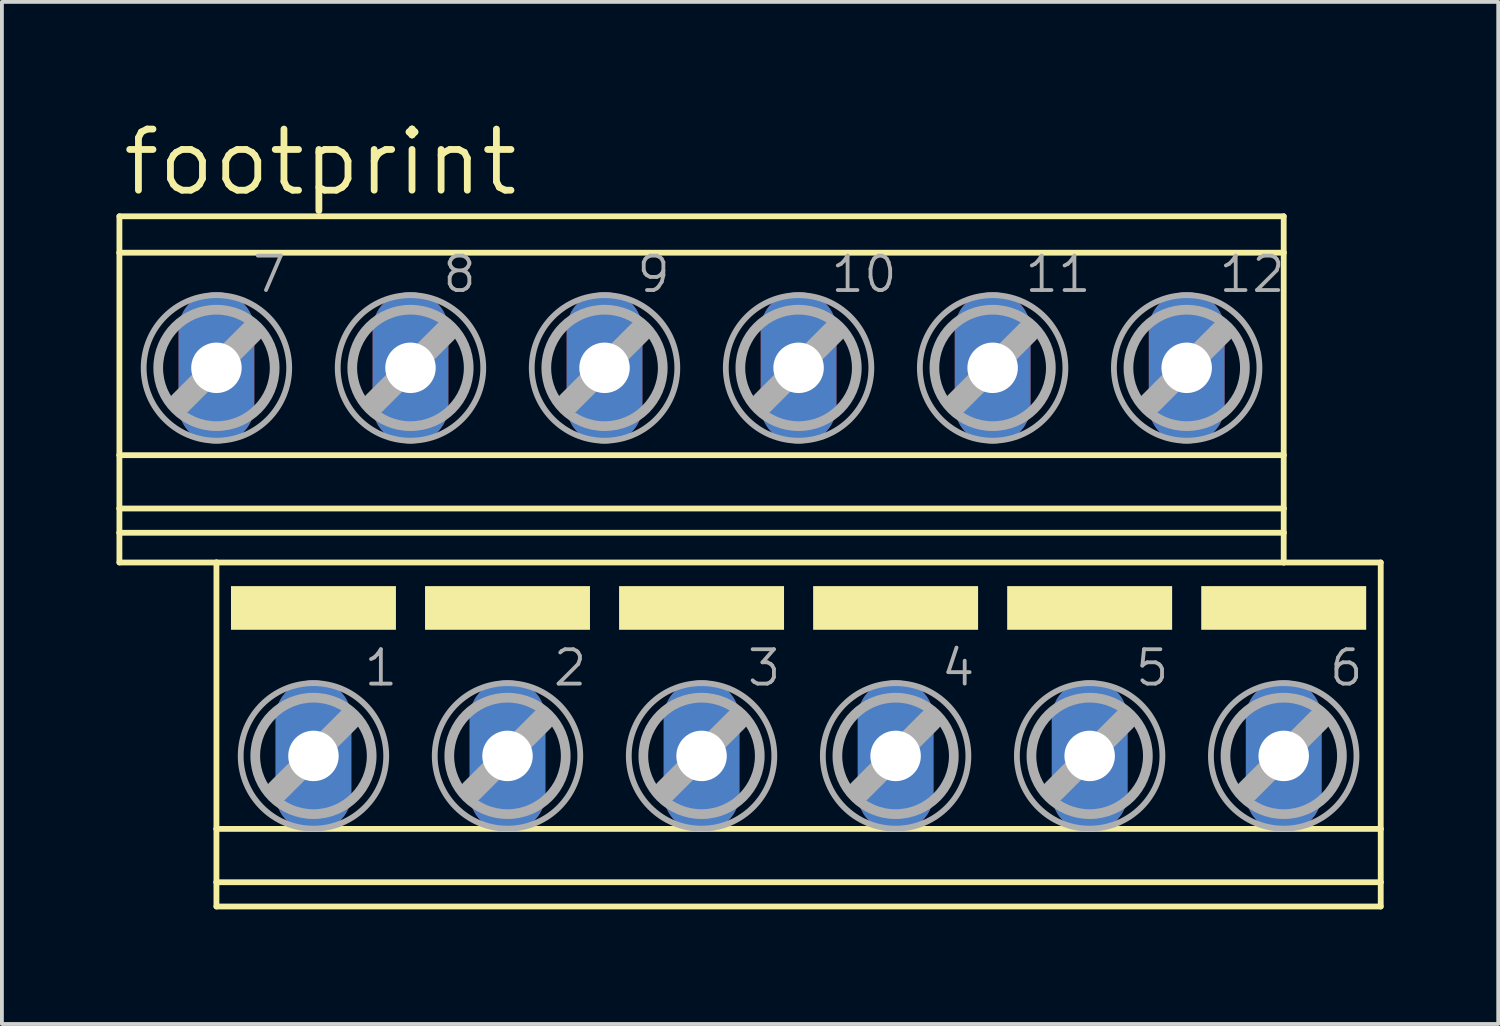
<source format=kicad_pcb>
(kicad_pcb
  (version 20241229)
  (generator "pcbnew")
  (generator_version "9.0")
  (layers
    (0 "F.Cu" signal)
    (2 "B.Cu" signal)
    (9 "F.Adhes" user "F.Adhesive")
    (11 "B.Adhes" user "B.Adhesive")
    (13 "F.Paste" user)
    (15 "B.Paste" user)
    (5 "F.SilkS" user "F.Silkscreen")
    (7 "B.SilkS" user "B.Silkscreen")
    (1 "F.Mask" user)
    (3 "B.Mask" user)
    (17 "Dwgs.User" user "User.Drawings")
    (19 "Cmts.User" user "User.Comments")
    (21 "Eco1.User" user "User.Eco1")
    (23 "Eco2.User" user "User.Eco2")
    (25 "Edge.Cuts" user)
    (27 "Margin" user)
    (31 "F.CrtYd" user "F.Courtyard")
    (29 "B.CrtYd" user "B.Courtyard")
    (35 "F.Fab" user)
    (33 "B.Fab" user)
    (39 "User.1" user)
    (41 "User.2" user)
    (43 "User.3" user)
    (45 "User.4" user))
  (footprint "footprint"
    (layer "F.Cu")
    (at 16.586 11.659)
    (property "Reference" "footprint" (at -16.51 -9.525 0) (layer "F.SilkS") (effects (font (size 1.6 1.6) (thickness 0.178)) (justify left bottom)))
    (fp_line (start -16.51 -9.047) (end -16.51 -8.094) (stroke (width 0.152) (type solid)) (layer "F.SilkS"))
    (fp_line (start -16.51 -9.047) (end 13.97 -9.047) (stroke (width 0.152) (type solid)) (layer "F.SilkS"))
    (fp_line (start -16.51 -8.094) (end -16.51 -2.794) (stroke (width 0.152) (type solid)) (layer "F.SilkS"))
    (fp_line (start -16.51 -8.094) (end 13.97 -8.094) (stroke (width 0.152) (type solid)) (layer "F.SilkS"))
    (fp_line (start -16.51 -2.794) (end -16.51 -1.397) (stroke (width 0.152) (type solid)) (layer "F.SilkS"))
    (fp_line (start -16.51 -2.794) (end 13.97 -2.794) (stroke (width 0.152) (type solid)) (layer "F.SilkS"))
    (fp_line (start -16.51 -1.397) (end -16.51 -0.762) (stroke (width 0.152) (type solid)) (layer "F.SilkS"))
    (fp_line (start -16.51 -1.397) (end 13.97 -1.397) (stroke (width 0.152) (type solid)) (layer "F.SilkS"))
    (fp_line (start -16.51 -0.762) (end -16.51 0.016) (stroke (width 0.152) (type solid)) (layer "F.SilkS"))
    (fp_line (start -16.51 -0.762) (end 13.97 -0.762) (stroke (width 0.152) (type solid)) (layer "F.SilkS"))
    (fp_line (start -16.51 0.016) (end -13.97 0.016) (stroke (width 0.152) (type solid)) (layer "F.SilkS"))
    (fp_line (start -13.97 0.016) (end -13.97 6.99) (stroke (width 0.152) (type solid)) (layer "F.SilkS"))
    (fp_line (start -13.97 0.016) (end 13.97 0.016) (stroke (width 0.152) (type solid)) (layer "F.SilkS"))
    (fp_line (start -13.97 6.99) (end -13.97 8.387) (stroke (width 0.152) (type solid)) (layer "F.SilkS"))
    (fp_line (start -13.97 6.99) (end 16.51 6.99) (stroke (width 0.152) (type solid)) (layer "F.SilkS"))
    (fp_line (start -13.97 8.387) (end -13.97 9.022) (stroke (width 0.152) (type solid)) (layer "F.SilkS"))
    (fp_line (start -13.97 8.387) (end 16.51 8.387) (stroke (width 0.152) (type solid)) (layer "F.SilkS"))
    (fp_line (start -13.97 9.022) (end 16.51 9.022) (stroke (width 0.152) (type solid)) (layer "F.SilkS"))
    (fp_line (start 13.97 -9.047) (end 13.97 -8.094) (stroke (width 0.152) (type solid)) (layer "F.SilkS"))
    (fp_line (start 13.97 -8.094) (end 13.97 -2.794) (stroke (width 0.152) (type solid)) (layer "F.SilkS"))
    (fp_line (start 13.97 -2.794) (end 13.97 -1.397) (stroke (width 0.152) (type solid)) (layer "F.SilkS"))
    (fp_line (start 13.97 -1.397) (end 13.97 -0.762) (stroke (width 0.152) (type solid)) (layer "F.SilkS"))
    (fp_line (start 13.97 -0.762) (end 13.97 0.016) (stroke (width 0.152) (type solid)) (layer "F.SilkS"))
    (fp_line (start 16.51 0.016) (end 13.97 0.016) (stroke (width 0.152) (type solid)) (layer "F.SilkS"))
    (fp_line (start 16.51 0.016) (end 16.51 6.99) (stroke (width 0.152) (type solid)) (layer "F.SilkS"))
    (fp_line (start 16.51 6.99) (end 16.51 8.387) (stroke (width 0.152) (type solid)) (layer "F.SilkS"))
    (fp_line (start 16.51 8.387) (end 16.51 9.022) (stroke (width 0.152) (type solid)) (layer "F.SilkS"))
    (fp_poly (pts (xy -13.589 1.778) (xy -9.271 1.778) (xy -9.271 0.635) (xy -13.589 0.635)) (stroke (width 0) (type solid)) (fill yes) (layer "F.SilkS"))
    (fp_poly (pts (xy -8.509 1.778) (xy -4.191 1.778) (xy -4.191 0.635) (xy -8.509 0.635)) (stroke (width 0) (type solid)) (fill yes) (layer "F.SilkS"))
    (fp_poly (pts (xy -3.429 1.778) (xy 0.889 1.778) (xy 0.889 0.635) (xy -3.429 0.635)) (stroke (width 0) (type solid)) (fill yes) (layer "F.SilkS"))
    (fp_poly (pts (xy 1.651 1.778) (xy 5.969 1.778) (xy 5.969 0.635) (xy 1.651 0.635)) (stroke (width 0) (type solid)) (fill yes) (layer "F.SilkS"))
    (fp_poly (pts (xy 6.731 1.778) (xy 11.049 1.778) (xy 11.049 0.635) (xy 6.731 0.635)) (stroke (width 0) (type solid)) (fill yes) (layer "F.SilkS"))
    (fp_poly (pts (xy 11.811 1.778) (xy 16.129 1.778) (xy 16.129 0.635) (xy 11.811 0.635)) (stroke (width 0) (type solid)) (fill yes) (layer "F.SilkS"))
    (fp_line (start -14.91 -4.163) (end -13.056 -6.017) (stroke (width 0.61) (type solid)) (layer "F.Fab"))
    (fp_line (start -12.37 5.994) (end -10.516 4.14) (stroke (width 0.61) (type solid)) (layer "F.Fab"))
    (fp_line (start -9.83 -4.163) (end -7.976 -6.017) (stroke (width 0.61) (type solid)) (layer "F.Fab"))
    (fp_line (start -7.29 5.994) (end -5.436 4.14) (stroke (width 0.61) (type solid)) (layer "F.Fab"))
    (fp_line (start -4.75 -4.163) (end -2.896 -6.017) (stroke (width 0.61) (type solid)) (layer "F.Fab"))
    (fp_line (start -2.21 5.994) (end -0.356 4.14) (stroke (width 0.61) (type solid)) (layer "F.Fab"))
    (fp_line (start 0.33 -4.163) (end 2.184 -6.017) (stroke (width 0.61) (type solid)) (layer "F.Fab"))
    (fp_line (start 2.87 5.994) (end 4.724 4.14) (stroke (width 0.61) (type solid)) (layer "F.Fab"))
    (fp_line (start 5.41 -4.163) (end 7.264 -6.017) (stroke (width 0.61) (type solid)) (layer "F.Fab"))
    (fp_line (start 7.95 5.994) (end 9.804 4.14) (stroke (width 0.61) (type solid)) (layer "F.Fab"))
    (fp_line (start 10.49 -4.163) (end 12.344 -6.017) (stroke (width 0.61) (type solid)) (layer "F.Fab"))
    (fp_line (start 13.03 5.994) (end 14.884 4.14) (stroke (width 0.61) (type solid)) (layer "F.Fab"))
    (fp_circle (center -13.97 -5.077) (end -12.446 -5.077) (stroke (width 0.254) (type solid)) (fill no) (layer "F.Fab"))
    (fp_circle (center -13.97 -5.077) (end -12.065 -5.077) (stroke (width 0.152) (type solid)) (fill no) (layer "F.Fab"))
    (fp_circle (center -11.43 5.08) (end -9.906 5.08) (stroke (width 0.254) (type solid)) (fill no) (layer "F.Fab"))
    (fp_circle (center -11.43 5.08) (end -9.525 5.08) (stroke (width 0.152) (type solid)) (fill no) (layer "F.Fab"))
    (fp_circle (center -8.89 -5.077) (end -7.366 -5.077) (stroke (width 0.254) (type solid)) (fill no) (layer "F.Fab"))
    (fp_circle (center -8.89 -5.077) (end -6.985 -5.077) (stroke (width 0.152) (type solid)) (fill no) (layer "F.Fab"))
    (fp_circle (center -6.35 5.08) (end -4.826 5.08) (stroke (width 0.254) (type solid)) (fill no) (layer "F.Fab"))
    (fp_circle (center -6.35 5.08) (end -4.445 5.08) (stroke (width 0.152) (type solid)) (fill no) (layer "F.Fab"))
    (fp_circle (center -3.81 -5.077) (end -2.286 -5.077) (stroke (width 0.254) (type solid)) (fill no) (layer "F.Fab"))
    (fp_circle (center -3.81 -5.077) (end -1.905 -5.077) (stroke (width 0.152) (type solid)) (fill no) (layer "F.Fab"))
    (fp_circle (center -1.27 5.08) (end 0.254 5.08) (stroke (width 0.254) (type solid)) (fill no) (layer "F.Fab"))
    (fp_circle (center -1.27 5.08) (end 0.635 5.08) (stroke (width 0.152) (type solid)) (fill no) (layer "F.Fab"))
    (fp_circle (center 1.27 -5.077) (end 2.794 -5.077) (stroke (width 0.254) (type solid)) (fill no) (layer "F.Fab"))
    (fp_circle (center 1.27 -5.077) (end 3.175 -5.077) (stroke (width 0.152) (type solid)) (fill no) (layer "F.Fab"))
    (fp_circle (center 3.81 5.08) (end 5.334 5.08) (stroke (width 0.254) (type solid)) (fill no) (layer "F.Fab"))
    (fp_circle (center 3.81 5.08) (end 5.715 5.08) (stroke (width 0.152) (type solid)) (fill no) (layer "F.Fab"))
    (fp_circle (center 6.35 -5.077) (end 7.874 -5.077) (stroke (width 0.254) (type solid)) (fill no) (layer "F.Fab"))
    (fp_circle (center 6.35 -5.077) (end 8.255 -5.077) (stroke (width 0.152) (type solid)) (fill no) (layer "F.Fab"))
    (fp_circle (center 8.89 5.08) (end 10.414 5.08) (stroke (width 0.254) (type solid)) (fill no) (layer "F.Fab"))
    (fp_circle (center 8.89 5.08) (end 10.795 5.08) (stroke (width 0.152) (type solid)) (fill no) (layer "F.Fab"))
    (fp_circle (center 11.43 -5.077) (end 12.954 -5.077) (stroke (width 0.254) (type solid)) (fill no) (layer "F.Fab"))
    (fp_circle (center 11.43 -5.077) (end 13.335 -5.077) (stroke (width 0.152) (type solid)) (fill no) (layer "F.Fab"))
    (fp_circle (center 13.97 5.08) (end 15.494 5.08) (stroke (width 0.254) (type solid)) (fill no) (layer "F.Fab"))
    (fp_circle (center 13.97 5.08) (end 15.875 5.08) (stroke (width 0.152) (type solid)) (fill no) (layer "F.Fab"))
    (fp_text user "3" (at -0.127 3.302 0) (layer "F.Fab") (effects (font (size 0.9 0.9) (thickness 0.1)) (justify left bottom)))
    (fp_text user "11" (at 7.139 -7.001 0) (layer "F.Fab") (effects (font (size 0.9 0.9) (thickness 0.1)) (justify left bottom)))
    (fp_text user "10" (at 2.059 -7.001 0) (layer "F.Fab") (effects (font (size 0.9 0.9) (thickness 0.1)) (justify left bottom)))
    (fp_text user "9" (at -3.021 -7.001 0) (layer "F.Fab") (effects (font (size 0.9 0.9) (thickness 0.1)) (justify left bottom)))
    (fp_text user "1" (at -10.16 3.302 0) (layer "F.Fab") (effects (font (size 0.9 0.9) (thickness 0.1)) (justify left bottom)))
    (fp_text user "7" (at -13.081 -7.001 0) (layer "F.Fab") (effects (font (size 0.9 0.9) (thickness 0.1)) (justify left bottom)))
    (fp_text user "12" (at 12.219 -7.001 0) (layer "F.Fab") (effects (font (size 0.9 0.9) (thickness 0.1)) (justify left bottom)))
    (fp_text user "5" (at 10.033 3.302 0) (layer "F.Fab") (effects (font (size 0.9 0.9) (thickness 0.1)) (justify left bottom)))
    (fp_text user "4" (at 4.953 3.302 0) (layer "F.Fab") (effects (font (size 0.9 0.9) (thickness 0.1)) (justify left bottom)))
    (fp_text user "8" (at -8.101 -7.001 0) (layer "F.Fab") (effects (font (size 0.9 0.9) (thickness 0.1)) (justify left bottom)))
    (fp_text user "6" (at 15.113 3.302 0) (layer "F.Fab") (effects (font (size 0.9 0.9) (thickness 0.1)) (justify left bottom)))
    (fp_text user "2" (at -5.207 3.302 0) (layer "F.Fab") (effects (font (size 0.9 0.9) (thickness 0.1)) (justify left bottom)))
    (pad "1" thru_hole oval (at -11.43 5.08 90) (size 3.962 1.981) (drill 1.321) (layers "*.Cu" "*.Mask"))
    (pad "2" thru_hole oval (at -6.35 5.08 90) (size 3.962 1.981) (drill 1.321) (layers "*.Cu" "*.Mask"))
    (pad "3" thru_hole oval (at -1.27 5.08 90) (size 3.962 1.981) (drill 1.321) (layers "*.Cu" "*.Mask"))
    (pad "4" thru_hole oval (at 3.81 5.08 90) (size 3.962 1.981) (drill 1.321) (layers "*.Cu" "*.Mask"))
    (pad "5" thru_hole oval (at 8.89 5.08 90) (size 3.962 1.981) (drill 1.321) (layers "*.Cu" "*.Mask"))
    (pad "6" thru_hole oval (at 13.97 5.08 90) (size 3.962 1.981) (drill 1.321) (layers "*.Cu" "*.Mask"))
    (pad "7" thru_hole oval (at -13.97 -5.08 90) (size 3.962 1.981) (drill 1.321) (layers "*.Cu" "*.Mask"))
    (pad "8" thru_hole oval (at -8.89 -5.08 90) (size 3.962 1.981) (drill 1.321) (layers "*.Cu" "*.Mask"))
    (pad "9" thru_hole oval (at -3.81 -5.08 90) (size 3.962 1.981) (drill 1.321) (layers "*.Cu" "*.Mask"))
    (pad "10" thru_hole oval (at 1.27 -5.08 90) (size 3.962 1.981) (drill 1.321) (layers "*.Cu" "*.Mask"))
    (pad "11" thru_hole oval (at 6.35 -5.08 90) (size 3.962 1.981) (drill 1.321) (layers "*.Cu" "*.Mask"))
    (pad "12" thru_hole oval (at 11.43 -5.08 90) (size 3.962 1.981) (drill 1.321) (layers "*.Cu" "*.Mask")))
  (gr_rect
    (start -3 -3)
    (end 36.172 23.757)
    (stroke (width 0.1) (type default))
    (fill no)
    (layer "Edge.Cuts")))
</source>
